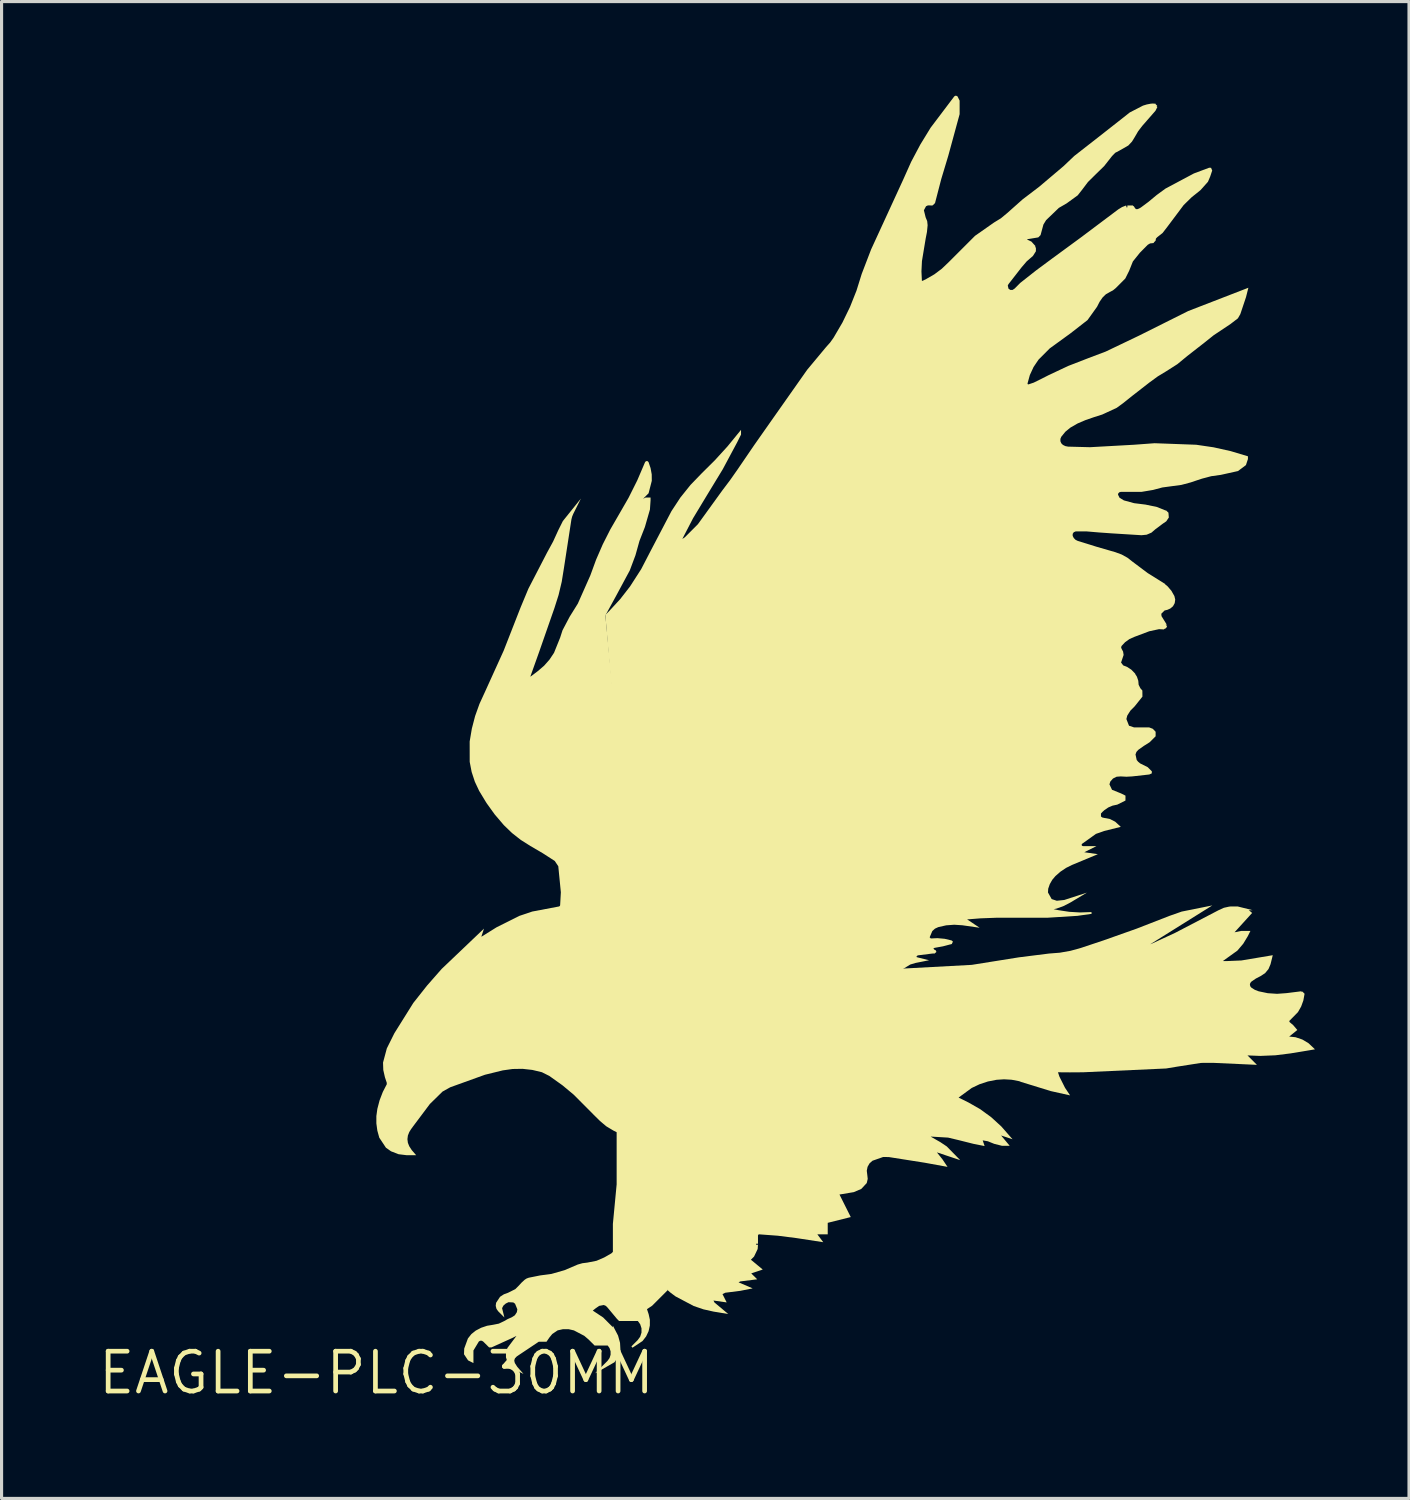
<source format=kicad_pcb>
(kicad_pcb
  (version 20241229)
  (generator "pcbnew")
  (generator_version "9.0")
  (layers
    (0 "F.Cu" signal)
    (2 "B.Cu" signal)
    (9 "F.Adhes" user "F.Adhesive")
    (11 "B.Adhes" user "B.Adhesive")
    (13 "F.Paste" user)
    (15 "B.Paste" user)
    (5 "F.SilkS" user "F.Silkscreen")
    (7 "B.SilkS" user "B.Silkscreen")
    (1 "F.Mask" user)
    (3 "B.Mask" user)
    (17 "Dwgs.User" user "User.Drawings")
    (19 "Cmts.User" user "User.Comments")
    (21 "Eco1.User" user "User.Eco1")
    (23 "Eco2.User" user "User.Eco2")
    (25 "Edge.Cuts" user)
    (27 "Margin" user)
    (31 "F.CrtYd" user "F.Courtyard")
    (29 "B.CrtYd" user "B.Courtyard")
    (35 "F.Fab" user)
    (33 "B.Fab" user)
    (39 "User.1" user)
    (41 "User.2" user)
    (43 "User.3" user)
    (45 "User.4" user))
  (footprint "EAGLE-PLC-30MM"
    (layer "F.Cu")
    (at 8.958 40.748)
    (property "Reference" "EAGLE-PLC-30MM" (at 0 0 0) (layer "F.SilkS") (effects (font (size 1.27 1.27) (thickness 0.15))))
    (fp_poly (pts (xy 1.213 -10.339) (xy 1.402 -10.184) (xy 1.383 -10.16) (xy 1.41 -10.173) (xy 1.483 -10.015) (xy 1.473 -9.671) (xy 1.398 -9.53) (xy 1.155 -9.351) (xy 0.987 -9.313) (xy 0.817 -9.313) (xy 0.65 -9.351) (xy 0.566 -9.403) (xy 0.513 -9.488) (xy 0.485 -9.649) (xy 0.512 -9.804) (xy 0.541 -9.8) (xy 0.519 -9.82) (xy 0.568 -9.873) (xy 0.608 -9.856) (xy 0.567 -9.918) (xy 0.635 -10.055) (xy 0.691 -10.151) (xy 0.76 -10.241) (xy 0.852 -10.318) (xy 0.964 -10.363) (xy 1.085 -10.371)) (stroke (width 0) (type solid)) (fill yes) (layer "F.SilkS"))
    (fp_poly (pts (xy 24.694 -13.677) (xy 24.703 -13.677) (xy 25.478 -14.035) (xy 26.861 -14.756) (xy 27.038 -14.837) (xy 27.228 -14.879) (xy 27.234 -14.85) (xy 27.234 -14.88) (xy 27.482 -14.878) (xy 27.96 -14.759) (xy 27.835 -14.759) (xy 27.939 -14.672) (xy 27.378 -14.055) (xy 27.592 -14.098) (xy 27.884 -14.098) (xy 27.802 -13.933) (xy 27.655 -13.69) (xy 27.469 -13.471) (xy 27.014 -13.144) (xy 27.012 -13.142) (xy 27.015 -13.136) (xy 27.113 -13.136) (xy 27.596 -13.156) (xy 28.597 -13.324) (xy 28.526 -13.037) (xy 28.461 -12.882) (xy 28.352 -12.751) (xy 28.212 -12.659) (xy 28.056 -12.578) (xy 27.916 -12.482) (xy 27.88 -12.438) (xy 27.867 -12.385) (xy 27.88 -12.332) (xy 27.916 -12.288) (xy 28.024 -12.22) (xy 28.145 -12.173) (xy 28.437 -12.112) (xy 28.735 -12.092) (xy 29.035 -12.114) (xy 29.515 -12.174) (xy 29.519 -12.144) (xy 29.54 -12.166) (xy 29.612 -12.094) (xy 29.573 -11.88) (xy 29.503 -11.687) (xy 29.401 -11.508) (xy 29.128 -11.23) (xy 29.128 -11.196) (xy 29.249 -11.093) (xy 29.381 -10.938) (xy 29.121 -10.729) (xy 29.325 -10.707) (xy 29.541 -10.634) (xy 29.737 -10.517) (xy 29.944 -10.321) (xy 29.163 -10.191) (xy 28.682 -10.131) (xy 28.197 -10.111) (xy 27.791 -10.127) (xy 28.092 -9.826) (xy 26.693 -9.89) (xy 26.312 -9.888) (xy 25.556 -9.77) (xy 25.194 -9.71) (xy 22.546 -9.589) (xy 22.124 -9.586) (xy 21.745 -9.589) (xy 21.791 -9.45) (xy 21.97 -9.093) (xy 22.131 -8.852) (xy 21.515 -8.989) (xy 20.542 -9.289) (xy 20.553 -9.289) (xy 20.501 -9.306) (xy 20.265 -9.351) (xy 20.024 -9.365) (xy 19.784 -9.349) (xy 19.509 -9.295) (xy 19.242 -9.207) (xy 18.99 -9.087) (xy 18.574 -8.782) (xy 18.892 -8.624) (xy 19.268 -8.409) (xy 19.618 -8.153) (xy 19.938 -7.86) (xy 20.295 -7.452) (xy 19.93 -7.573) (xy 20.204 -7.244) (xy 19.956 -7.244) (xy 19.71 -7.306) (xy 19.507 -7.388) (xy 19.343 -7.417) (xy 19.404 -7.235) (xy 19.052 -7.305) (xy 18.57 -7.426) (xy 18.238 -7.505) (xy 17.681 -7.538) (xy 17.992 -7.36) (xy 18.197 -7.223) (xy 18.625 -6.786) (xy 17.882 -7.034) (xy 18.06 -6.811) (xy 18.221 -6.571) (xy 17.49 -6.704) (xy 16.35 -6.884) (xy 16.169 -6.887) (xy 15.827 -6.767) (xy 15.733 -6.683) (xy 15.67 -6.572) (xy 15.645 -6.448) (xy 15.661 -6.316) (xy 15.675 -6.188) (xy 15.644 -6.055) (xy 15.469 -5.867) (xy 15.229 -5.765) (xy 14.774 -5.689) (xy 15.134 -4.97) (xy 14.399 -4.786) (xy 14.399 -4.419) (xy 14.068 -4.419) (xy 14.256 -4.168) (xy 13.403 -4.299) (xy 12.804 -4.375) (xy 12.209 -4.419) (xy 12.184 -4.409) (xy 12.174 -4.383) (xy 12.174 -4.118) (xy 12.114 -4.118) (xy 12.114 -4.088) (xy 12.144 -4.088) (xy 12.174 -4.086) (xy 12.164 -3.951) (xy 12.049 -3.71) (xy 11.948 -3.609) (xy 12.326 -3.296) (xy 11.959 -3.173) (xy 12.149 -2.984) (xy 11.612 -2.917) (xy 11.554 -2.888) (xy 12.004 -2.695) (xy 11.608 -2.616) (xy 11.131 -2.556) (xy 11.042 -2.512) (xy 11.175 -2.247) (xy 10.754 -2.307) (xy 10.786 -2.244) (xy 11.226 -1.876) (xy 10.756 -1.954) (xy 10.435 -2.026) (xy 10.123 -2.132) (xy 9.543 -2.439) (xy 9.386 -2.556) (xy 9.23 -2.691) (xy 8.324 -12.835) (xy 16.773 -12.896) (xy 18.995 -13.016) (xy 20.497 -13.256) (xy 21.46 -13.377) (xy 21.805 -13.404) (xy 22.144 -13.464) (xy 22.476 -13.556) (xy 23.196 -13.796) (xy 24.254 -14.171) (xy 25.3 -14.578) (xy 25.693 -14.716) (xy 26.668 -14.912)) (stroke (width 0) (type solid)) (fill yes) (layer "F.SilkS"))
    (fp_poly (pts (xy 4.601 -24.42) (xy 4.85 -25.018) (xy 5.444 -26.166) (xy 5.637 -26.52) (xy 5.805 -26.887) (xy 5.949 -27.175) (xy 6.525 -27.893) (xy 6.28 -27.402) (xy 6.245 -27.317) (xy 6.222 -27.228) (xy 5.982 -25.667) (xy 5.913 -25.238) (xy 5.812 -24.814) (xy 5.68 -24.399) (xy 5.198 -23.016) (xy 4.912 -22.214) (xy 4.92 -22.214) (xy 5.151 -22.388) (xy 5.35 -22.559) (xy 5.523 -22.755) (xy 5.667 -22.971) (xy 5.863 -23.457) (xy 5.938 -23.69) (xy 6.166 -24.123) (xy 6.427 -24.542) (xy 6.826 -25.442) (xy 7.009 -25.942) (xy 7.222 -26.432) (xy 7.463 -26.908) (xy 7.73 -27.37) (xy 8.043 -27.913) (xy 8.323 -28.473) (xy 8.572 -29.055) (xy 8.602 -29.086) (xy 8.652 -29.086) (xy 8.683 -29.054) (xy 8.747 -28.865) (xy 8.784 -28.664) (xy 8.786 -28.458) (xy 8.684 -28.061) (xy 8.508 -27.885) (xy 8.59 -27.926) (xy 8.747 -27.926) (xy 8.747 -27.834) (xy 8.727 -27.542) (xy 8.566 -26.984) (xy 8.393 -26.541) (xy 8.265 -26.083) (xy 8.084 -25.599) (xy 7.872 -25.206) (xy 7.662 -24.815) (xy 7.305 -24.162) (xy 8.624 -10.491) (xy 8.625 -10.491) (xy 8.627 -10.466) (xy 8.63 -10.432) (xy 8.63 -10.432) (xy 9.29 -2.634) (xy 8.797 -2.141) (xy 8.633 -2.032) (xy 8.686 -1.872) (xy 8.725 -1.693) (xy 8.724 -1.509) (xy 8.684 -1.329) (xy 8.605 -1.162) (xy 8.491 -1.015) (xy 8.17 -0.802) (xy 8.136 -0.844) (xy 8.334 -1.042) (xy 8.416 -1.154) (xy 8.458 -1.284) (xy 8.458 -1.421) (xy 8.416 -1.551) (xy 8.342 -1.653) (xy 7.743 -1.653) (xy 7.673 -1.724) (xy 7.373 -2.084) (xy 7.318 -2.138) (xy 7.254 -2.164) (xy 7.106 -2.136) (xy 6.989 -2.054) (xy 6.904 -1.986) (xy 7.234 -1.767) (xy 7.545 -1.455) (xy 7.545 -1.505) (xy 7.71 -1.188) (xy 7.773 -0.958) (xy 7.786 -0.719) (xy 7.758 -0.574) (xy 7.596 -0.338) (xy 6.975 0.017) (xy 7.372 -0.38) (xy 7.438 -0.471) (xy 7.472 -0.576) (xy 7.472 -0.686) (xy 7.438 -0.791) (xy 7.379 -0.872) (xy 6.961 -0.872) (xy 6.773 -1.06) (xy 6.632 -1.181) (xy 6.302 -1.354) (xy 6.131 -1.393) (xy 5.954 -1.393) (xy 5.783 -1.355) (xy 5.612 -1.24) (xy 5.52 -1.128) (xy 5.427 -0.992) (xy 5.179 -0.992) (xy 4.646 -0.636) (xy 4.556 -0.576) (xy 4.469 -0.518) (xy 4.416 -0.46) (xy 4.398 -0.388) (xy 4.417 -0.313) (xy 4.494 -0.192) (xy 4.692 0.035) (xy 4.431 -0.096) (xy 4.178 -0.348) (xy 4.178 -0.356) (xy 4.134 -0.494) (xy 4.134 -0.648) (xy 4.181 -0.795) (xy 4.469 -1.179) (xy 4.342 -1.115) (xy 3.674 -0.812) (xy 3.595 -0.812) (xy 3.408 -0.998) (xy 3.362 -1.025) (xy 3.312 -1.025) (xy 3.269 -1) (xy 3.096 -0.713) (xy 3.096 -0.312) (xy 2.925 -0.398) (xy 2.795 -0.593) (xy 2.802 -0.775) (xy 2.92 -1.097) (xy 3.031 -1.237) (xy 3.17 -1.348) (xy 3.344 -1.439) (xy 3.531 -1.502) (xy 3.722 -1.533) (xy 3.906 -1.57) (xy 4.074 -1.65) (xy 4.192 -1.717) (xy 4.314 -1.77) (xy 4.417 -1.836) (xy 4.481 -1.935) (xy 4.497 -2.026) (xy 4.424 -2.205) (xy 4.368 -2.246) (xy 4.215 -2.254) (xy 4.127 -2.211) (xy 4.052 -2.145) (xy 4.01 -2.064) (xy 4.083 -1.767) (xy 3.885 -1.965) (xy 3.831 -2.042) (xy 3.807 -2.137) (xy 3.819 -2.235) (xy 3.946 -2.427) (xy 4.068 -2.506) (xy 4.197 -2.553) (xy 4.431 -2.67) (xy 4.547 -2.786) (xy 4.634 -2.881) (xy 4.731 -2.97) (xy 4.793 -3.01) (xy 4.862 -3.035) (xy 5.224 -3.108) (xy 5.585 -3.156) (xy 6.002 -3.275) (xy 6.423 -3.455) (xy 6.575 -3.498) (xy 6.729 -3.517) (xy 7.025 -3.576) (xy 7.268 -3.681) (xy 7.497 -3.812) (xy 7.545 -3.86) (xy 7.545 -4.751) (xy 7.665 -6.013) (xy 7.665 -7.677) (xy 7.56 -7.73) (xy 7.335 -7.865) (xy 7.134 -8.034) (xy 6.922 -8.244) (xy 6.712 -8.456) (xy 6.293 -8.876) (xy 5.934 -9.175) (xy 5.516 -9.473) (xy 5.28 -9.591) (xy 4.975 -9.664) (xy 4.662 -9.699) (xy 4.347 -9.694) (xy 4.034 -9.65) (xy 3.464 -9.51) (xy 2.357 -9.111) (xy 2.111 -8.974) (xy 1.706 -8.577) (xy 1.167 -7.858) (xy 1.104 -7.771) (xy 1.049 -7.682) (xy 1.005 -7.571) (xy 0.99 -7.455) (xy 1.005 -7.338) (xy 1.049 -7.228) (xy 1.128 -7.106) (xy 1.268 -6.944) (xy 0.96 -6.944) (xy 0.707 -6.975) (xy 0.467 -7.068) (xy 0.305 -7.182) (xy 0.09 -7.506) (xy 0.09 -7.511) (xy 0.03 -7.729) (xy -0.001 -7.96) (xy -0.001 -8.192) (xy 0.031 -8.423) (xy 0.103 -8.697) (xy 0.205 -8.962) (xy 0.331 -9.206) (xy 0.331 -9.254) (xy 0.272 -9.431) (xy 0.22 -9.661) (xy 0.212 -9.899) (xy 0.333 -10.351) (xy 0.575 -10.837) (xy 1.178 -11.801) (xy 1.616 -12.355) (xy 2.083 -12.887) (xy 3.433 -14.173) (xy 3.349 -13.918) (xy 3.358 -13.918) (xy 3.833 -14.214) (xy 4.557 -14.577) (xy 4.973 -14.717) (xy 5.822 -14.878) (xy 5.85 -14.892) (xy 5.862 -14.917) (xy 5.885 -15.331) (xy 5.803 -16.162) (xy 5.69 -16.331) (xy 5.31 -16.576) (xy 4.914 -16.808) (xy 4.609 -17) (xy 4.325 -17.223) (xy 4.066 -17.474) (xy 3.775 -17.815) (xy 3.513 -18.179) (xy 3.277 -18.569) (xy 3.277 -18.57) (xy 3.141 -18.859) (xy 3.039 -19.17) (xy 2.977 -19.492) (xy 2.976 -20.143) (xy 3.045 -20.552) (xy 3.149 -20.952) (xy 3.288 -21.341) (xy 3.46 -21.716) (xy 4.06 -23.038)) (stroke (width 0) (type solid)) (fill yes) (layer "F.SilkS"))
    (fp_poly (pts (xy 18.539 -40.724) (xy 18.607 -40.588) (xy 18.607 -40.156) (xy 18.245 -38.829) (xy 18.02 -38.082) (xy 17.825 -37.331) (xy 17.825 -37.322) (xy 17.749 -37.246) (xy 17.705 -37.241) (xy 17.673 -37.244) (xy 17.597 -37.246) (xy 17.535 -37.218) (xy 17.467 -37.09) (xy 17.523 -36.863) (xy 17.572 -36.745) (xy 17.586 -36.613) (xy 17.565 -36.397) (xy 17.524 -36.187) (xy 17.405 -35.468) (xy 17.389 -35.14) (xy 17.403 -34.84) (xy 17.428 -34.84) (xy 17.541 -34.896) (xy 17.801 -35.046) (xy 18.039 -35.225) (xy 18.256 -35.432) (xy 19.099 -36.275) (xy 19.703 -36.698) (xy 19.923 -36.833) (xy 20.121 -36.997) (xy 20.616 -37.437) (xy 21.144 -37.839) (xy 21.924 -38.499) (xy 22.265 -38.823) (xy 23.007 -39.402) (xy 23.849 -40.063) (xy 24.036 -40.211) (xy 24.458 -40.429) (xy 24.58 -40.466) (xy 24.705 -40.49) (xy 24.769 -40.495) (xy 24.861 -40.489) (xy 24.86 -40.473) (xy 24.911 -40.422) (xy 24.89 -40.401) (xy 24.917 -40.387) (xy 24.855 -40.264) (xy 24.432 -39.78) (xy 24.302 -39.61) (xy 24.194 -39.424) (xy 24.106 -39.281) (xy 23.989 -39.156) (xy 23.702 -38.992) (xy 23.571 -38.923) (xy 23.469 -38.818) (xy 23.218 -38.499) (xy 22.927 -38.215) (xy 22.701 -37.991) (xy 22.509 -37.737) (xy 22.372 -37.564) (xy 22.02 -37.309) (xy 21.773 -37.166) (xy 21.366 -36.775) (xy 21.28 -36.634) (xy 21.189 -36.297) (xy 21.116 -36.224) (xy 20.759 -36.165) (xy 20.764 -36.154) (xy 20.898 -36.09) (xy 21.024 -35.95) (xy 21.017 -35.944) (xy 21.041 -35.878) (xy 21.04 -35.781) (xy 20.945 -35.631) (xy 20.75 -35.463) (xy 20.585 -35.271) (xy 20.166 -34.733) (xy 20.143 -34.688) (xy 20.167 -34.587) (xy 20.224 -34.549) (xy 20.297 -34.549) (xy 20.362 -34.592) (xy 20.541 -34.772) (xy 21.048 -35.172) (xy 21.565 -35.555) (xy 22.467 -36.216) (xy 23.67 -37.119) (xy 23.789 -37.192) (xy 23.917 -37.242) (xy 23.928 -37.214) (xy 23.928 -37.184) (xy 23.958 -37.184) (xy 23.958 -37.244) (xy 24.138 -37.244) (xy 24.138 -37.232) (xy 24.168 -37.214) (xy 24.193 -37.172) (xy 24.23 -37.127) (xy 24.283 -37.125) (xy 24.337 -37.148) (xy 24.392 -37.18) (xy 24.631 -37.358) (xy 24.895 -37.577) (xy 25.174 -37.781) (xy 26.08 -38.264) (xy 26.568 -38.447) (xy 26.628 -38.445) (xy 26.665 -38.358) (xy 26.601 -38.166) (xy 26.53 -37.999) (xy 26.293 -37.733) (xy 26.01 -37.506) (xy 25.754 -37.255) (xy 25.214 -36.535) (xy 25.08 -36.363) (xy 24.91 -36.23) (xy 24.87 -36.187) (xy 24.86 -36.129) (xy 24.86 -36.12) (xy 24.8 -36.06) (xy 24.801 -36.045) (xy 24.683 -36.032) (xy 24.608 -35.988) (xy 24.357 -35.734) (xy 24.134 -35.456) (xy 24.015 -35.158) (xy 23.892 -34.912) (xy 23.739 -34.758) (xy 23.739 -34.758) (xy 23.588 -34.607) (xy 23.5 -34.535) (xy 23.401 -34.483) (xy 23.273 -34.41) (xy 23.169 -34.309) (xy 23.072 -34.169) (xy 22.992 -34.012) (xy 22.687 -33.586) (xy 22.142 -33.162) (xy 21.482 -32.683) (xy 21.125 -32.325) (xy 20.966 -32.09) (xy 20.847 -31.832) (xy 20.773 -31.563) (xy 20.78 -31.541) (xy 20.801 -31.534) (xy 20.971 -31.591) (xy 21.21 -31.709) (xy 21.45 -31.831) (xy 22.073 -32.124) (xy 22.715 -32.373) (xy 23.268 -32.582) (xy 24.336 -33.093) (xy 25.9 -33.875) (xy 27.819 -34.618) (xy 27.744 -34.32) (xy 27.562 -33.775) (xy 27.485 -33.642) (xy 27.252 -33.463) (xy 26.711 -33.102) (xy 26.411 -32.862) (xy 25.871 -32.441) (xy 25.554 -32.18) (xy 25.206 -31.958) (xy 24.929 -31.79) (xy 24.667 -31.599) (xy 24.127 -31.179) (xy 23.826 -30.938) (xy 23.619 -30.787) (xy 23.157 -30.573) (xy 22.884 -30.486) (xy 22.616 -30.393) (xy 22.371 -30.288) (xy 22.141 -30.156) (xy 21.98 -30.024) (xy 21.85 -29.864) (xy 21.822 -29.796) (xy 21.822 -29.723) (xy 21.85 -29.656) (xy 21.902 -29.604) (xy 21.98 -29.566) (xy 22.068 -29.549) (xy 22.766 -29.531) (xy 24.166 -29.609) (xy 24.828 -29.658) (xy 26.155 -29.609) (xy 26.707 -29.528) (xy 27.251 -29.407) (xy 27.805 -29.241) (xy 27.805 -29.153) (xy 27.741 -28.96) (xy 27.488 -28.77) (xy 26.939 -28.648) (xy 26.635 -28.606) (xy 26.341 -28.528) (xy 26.162 -28.469) (xy 25.981 -28.408) (xy 25.681 -28.328) (xy 25.375 -28.287) (xy 25.072 -28.246) (xy 24.776 -28.167) (xy 24.411 -28.106) (xy 24.078 -28.105) (xy 23.751 -28.106) (xy 23.703 -28.093) (xy 23.67 -28.06) (xy 23.659 -28.019) (xy 23.71 -27.917) (xy 23.847 -27.834) (xy 24.174 -27.745) (xy 24.537 -27.7) (xy 24.899 -27.624) (xy 25.183 -27.51) (xy 25.19 -27.517) (xy 25.269 -27.442) (xy 25.281 -27.287) (xy 25.199 -27.166) (xy 25.088 -27.09) (xy 24.848 -26.91) (xy 24.727 -26.805) (xy 24.573 -26.739) (xy 24.409 -26.723) (xy 23.445 -26.783) (xy 23.054 -26.811) (xy 22.664 -26.844) (xy 22.31 -26.844) (xy 22.249 -26.819) (xy 22.214 -26.766) (xy 22.214 -26.701) (xy 22.249 -26.633) (xy 22.304 -26.577) (xy 22.376 -26.541) (xy 22.973 -26.356) (xy 23.577 -26.181) (xy 23.775 -26.108) (xy 23.961 -26.005) (xy 24.126 -25.876) (xy 24.606 -25.516) (xy 25.175 -25.16) (xy 25.157 -25.16) (xy 25.238 -25.096) (xy 25.363 -24.95) (xy 25.459 -24.781) (xy 25.485 -24.67) (xy 25.469 -24.556) (xy 25.414 -24.456) (xy 25.326 -24.383) (xy 25.233 -24.342) (xy 25.146 -24.322) (xy 25.041 -24.217) (xy 25.048 -24.141) (xy 25.232 -23.844) (xy 25.179 -23.896) (xy 25.22 -23.814) (xy 25.22 -23.795) (xy 25.152 -23.726) (xy 25.13 -23.747) (xy 25.129 -23.717) (xy 24.97 -23.726) (xy 24.658 -23.659) (xy 24.18 -23.479) (xy 24.024 -23.409) (xy 23.887 -23.311) (xy 23.774 -23.19) (xy 23.759 -23.146) (xy 23.775 -23.098) (xy 23.822 -23.011) (xy 23.839 -22.903) (xy 23.774 -22.709) (xy 23.774 -22.709) (xy 23.757 -22.661) (xy 23.826 -22.57) (xy 23.958 -22.517) (xy 24.085 -22.433) (xy 24.211 -22.304) (xy 24.206 -22.3) (xy 24.264 -22.208) (xy 24.307 -22.079) (xy 24.318 -21.952) (xy 24.374 -21.84) (xy 24.437 -21.768) (xy 24.439 -21.573) (xy 24.191 -21.263) (xy 24.055 -21.126) (xy 23.956 -20.97) (xy 23.927 -20.859) (xy 24.011 -20.645) (xy 24.173 -20.591) (xy 24.655 -20.591) (xy 24.77 -20.547) (xy 24.86 -20.453) (xy 24.86 -20.308) (xy 24.668 -20.117) (xy 24.482 -20) (xy 24.309 -19.877) (xy 24.248 -19.81) (xy 24.218 -19.729) (xy 24.256 -19.552) (xy 24.304 -19.494) (xy 24.365 -19.444) (xy 24.607 -19.323) (xy 24.739 -19.191) (xy 24.739 -19.178) (xy 24.737 -19.124) (xy 24.657 -19.089) (xy 24.11 -19.028) (xy 23.928 -19.018) (xy 23.748 -19.028) (xy 23.615 -19.018) (xy 23.499 -18.96) (xy 23.414 -18.863) (xy 23.387 -18.774) (xy 23.469 -18.601) (xy 23.76 -18.484) (xy 23.898 -18.415) (xy 23.898 -18.258) (xy 23.637 -18.128) (xy 23.485 -18.095) (xy 23.349 -18.037) (xy 23.225 -17.952) (xy 23.165 -17.897) (xy 23.116 -17.844) (xy 23.116 -17.75) (xy 23.154 -17.72) (xy 23.213 -17.705) (xy 23.397 -17.67) (xy 23.569 -17.584) (xy 23.749 -17.419) (xy 23.215 -17.286) (xy 22.955 -17.194) (xy 22.51 -16.875) (xy 22.498 -16.843) (xy 22.512 -16.815) (xy 22.549 -16.804) (xy 22.973 -16.804) (xy 22.584 -16.609) (xy 23.018 -16.547) (xy 22.197 -16.205) (xy 22.004 -16.11) (xy 21.826 -15.991) (xy 21.665 -15.851) (xy 21.563 -15.73) (xy 21.484 -15.592) (xy 21.433 -15.445) (xy 21.426 -15.325) (xy 21.543 -15.115) (xy 21.706 -15.061) (xy 21.945 -15.086) (xy 22.666 -15.32) (xy 22.139 -15.004) (xy 21.927 -14.894) (xy 21.702 -14.812) (xy 21.607 -14.791) (xy 21.769 -14.759) (xy 22.105 -14.708) (xy 22.444 -14.688) (xy 22.813 -14.7) (xy 22.818 -14.644) (xy 22.368 -14.58) (xy 21.404 -14.519) (xy 19.78 -14.519) (xy 19.27 -14.5) (xy 18.846 -14.466) (xy 19.245 -14.2) (xy 18.694 -14.279) (xy 18.435 -14.296) (xy 18.177 -14.277) (xy 17.926 -14.22) (xy 17.82 -14.171) (xy 17.736 -14.095) (xy 17.651 -13.895) (xy 17.687 -13.858) (xy 17.899 -13.868) (xy 18.125 -13.848) (xy 18.351 -13.795) (xy 18.393 -13.759) (xy 18.358 -13.682) (xy 18.075 -13.607) (xy 17.805 -13.558) (xy 17.778 -13.545) (xy 17.772 -13.533) (xy 17.811 -13.494) (xy 17.841 -13.485) (xy 17.867 -13.429) (xy 17.806 -13.376) (xy 17.765 -13.379) (xy 17.738 -13.377) (xy 17.268 -13.318) (xy 17.229 -13.279) (xy 17.233 -13.265) (xy 17.263 -13.255) (xy 17.632 -13.163) (xy 17.201 -13.077) (xy 17.033 -13.027) (xy 16.722 -12.836) (xy 8.269 -12.775) (xy 7.304 -24.18) (xy 7.433 -24.31) (xy 7.779 -24.685) (xy 8.092 -25.088) (xy 8.448 -25.641) (xy 8.751 -26.226) (xy 9.413 -27.49) (xy 9.697 -27.923) (xy 10.021 -28.327) (xy 10.379 -28.698) (xy 10.802 -29.118) (xy 11.203 -29.558) (xy 11.633 -30.084) (xy 11.633 -29.933) (xy 11.509 -29.685) (xy 11.051 -28.829) (xy 10.547 -28) (xy 10.102 -27.263) (xy 9.76 -26.603) (xy 9.841 -26.657) (xy 10.257 -27.074) (xy 11.038 -28.154) (xy 11.284 -28.48) (xy 11.519 -28.815) (xy 12.055 -29.6) (xy 12.601 -30.378) (xy 13.744 -32.002) (xy 14.346 -32.725) (xy 14.474 -32.868) (xy 14.584 -33.022) (xy 14.866 -33.504) (xy 15.11 -34.006) (xy 15.316 -34.524) (xy 15.483 -35.059) (xy 15.784 -35.843) (xy 16.807 -38.068) (xy 17.062 -38.638) (xy 17.355 -39.19) (xy 17.682 -39.724) (xy 18.438 -40.725) (xy 18.487 -40.748)) (stroke (width 0) (type solid)) (fill yes) (layer "F.SilkS")))
  (gr_rect
    (start -3 -3)
    (end 41.902 44.754)
    (stroke (width 0.1) (type default))
    (fill no)
    (layer "Edge.Cuts")))
</source>
